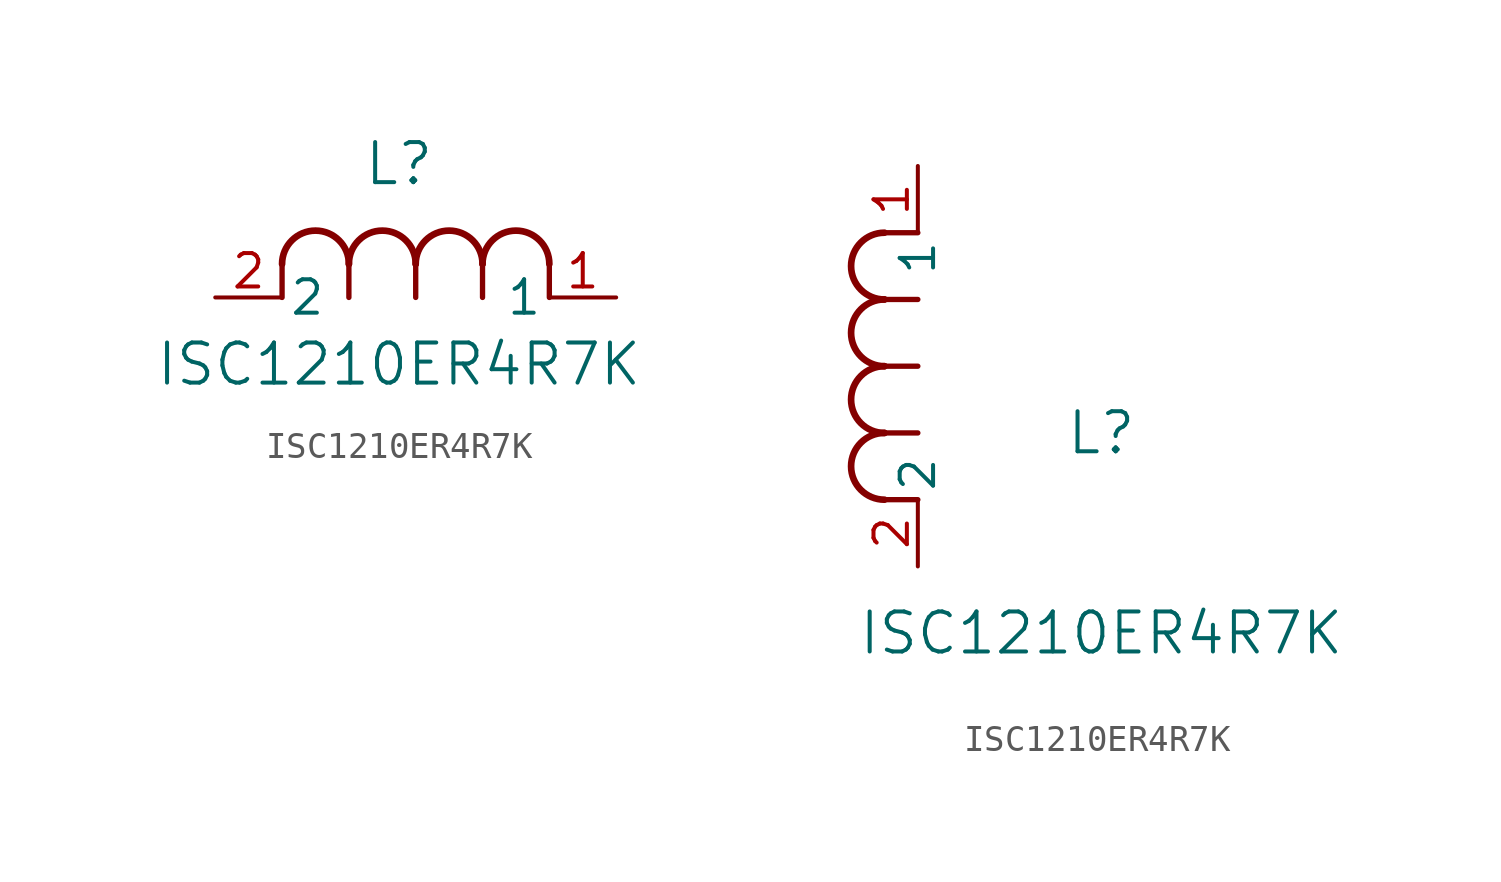
<source format=kicad_sym>
(kicad_symbol_lib
  (version 20211014)
  (generator kicad_symbol_editor)
  (symbol "ISC1210ER4R7K"
    (pin_names
      (offset 0.254))
    (property "Reference" "L"
      (at 6.985 5.08 0)
      (effects (font (size 1.524 1.524))))
    (property "Value" "ISC1210ER4R7K"
      (at 6.985 -2.54 0)
      (effects (font (size 1.524 1.524))))
    (symbol "ISC1210ER4R7K_1_1"
      (arc (start 7.62 1.27) (mid 6.35 2.54) (end 5.08 1.27) (stroke (width 0.254) (type default) (color 0 0 0 0)) (fill (type none)))
      (polyline (pts (xy 5.08 0) (xy 5.08 1.27)) (stroke (width 0.203) (type default) (color 0 0 0 0)) (fill (type none)))
      (polyline (pts (xy 7.62 0) (xy 7.62 1.27)) (stroke (width 0.203) (type default) (color 0 0 0 0)) (fill (type none)))
      (polyline (pts (xy 12.7 0) (xy 12.7 1.27)) (stroke (width 0.203) (type default) (color 0 0 0 0)) (fill (type none)))
      (arc (start 5.08 1.27) (mid 3.81 2.54) (end 2.54 1.27) (stroke (width 0.254) (type default) (color 0 0 0 0)) (fill (type none)))
      (arc (start 10.16 1.27) (mid 8.89 2.54) (end 7.62 1.27) (stroke (width 0.254) (type default) (color 0 0 0 0)) (fill (type none)))
      (arc (start 12.7 1.27) (mid 11.43 2.54) (end 10.16 1.27) (stroke (width 0.254) (type default) (color 0 0 0 0)) (fill (type none)))
      (polyline (pts (xy 2.54 0) (xy 2.54 1.27)) (stroke (width 0.203) (type default) (color 0 0 0 0)) (fill (type none)))
      (polyline (pts (xy 10.16 0) (xy 10.16 1.27)) (stroke (width 0.203) (type default) (color 0 0 0 0)) (fill (type none)))
      (pin unspecified line (at 0 0 0) (length 2.54) (name "2" (effects (font (size 1.27 1.27)))) (number "2" (effects (font (size 1.27 1.27)))))
      (pin unspecified line (at 15.24 0 180) (length 2.54) (name "1" (effects (font (size 1.27 1.27)))) (number "1" (effects (font (size 1.27 1.27))))))
    (symbol "ISC1210ER4R7K_1_2"
      (arc (start -1.27 7.62) (mid -2.54 6.35) (end -1.27 5.08) (stroke (width 0.254) (type default) (color 0 0 0 0)) (fill (type none)))
      (arc (start -1.27 5.08) (mid -2.54 3.81) (end -1.27 2.54) (stroke (width 0.254) (type default) (color 0 0 0 0)) (fill (type none)))
      (arc (start -1.27 12.7) (mid -2.54 11.43) (end -1.27 10.16) (stroke (width 0.254) (type default) (color 0 0 0 0)) (fill (type none)))
      (arc (start -1.27 10.16) (mid -2.54 8.89) (end -1.27 7.62) (stroke (width 0.254) (type default) (color 0 0 0 0)) (fill (type none)))
      (polyline (pts (xy 0 7.62) (xy -1.27 7.62)) (stroke (width 0.203) (type default) (color 0 0 0 0)) (fill (type none)))
      (polyline (pts (xy 0 5.08) (xy -1.27 5.08)) (stroke (width 0.203) (type default) (color 0 0 0 0)) (fill (type none)))
      (polyline (pts (xy 0 12.7) (xy -1.27 12.7)) (stroke (width 0.203) (type default) (color 0 0 0 0)) (fill (type none)))
      (polyline (pts (xy 0 2.54) (xy -1.27 2.54)) (stroke (width 0.203) (type default) (color 0 0 0 0)) (fill (type none)))
      (polyline (pts (xy 0 10.16) (xy -1.27 10.16)) (stroke (width 0.203) (type default) (color 0 0 0 0)) (fill (type none)))
      (pin unspecified line (at 0 0 90) (length 2.54) (name "2" (effects (font (size 1.27 1.27)))) (number "2" (effects (font (size 1.27 1.27)))))
      (pin unspecified line (at 0 15.24 270) (length 2.54) (name "1" (effects (font (size 1.27 1.27)))) (number "1" (effects (font (size 1.27 1.27))))))))
</source>
